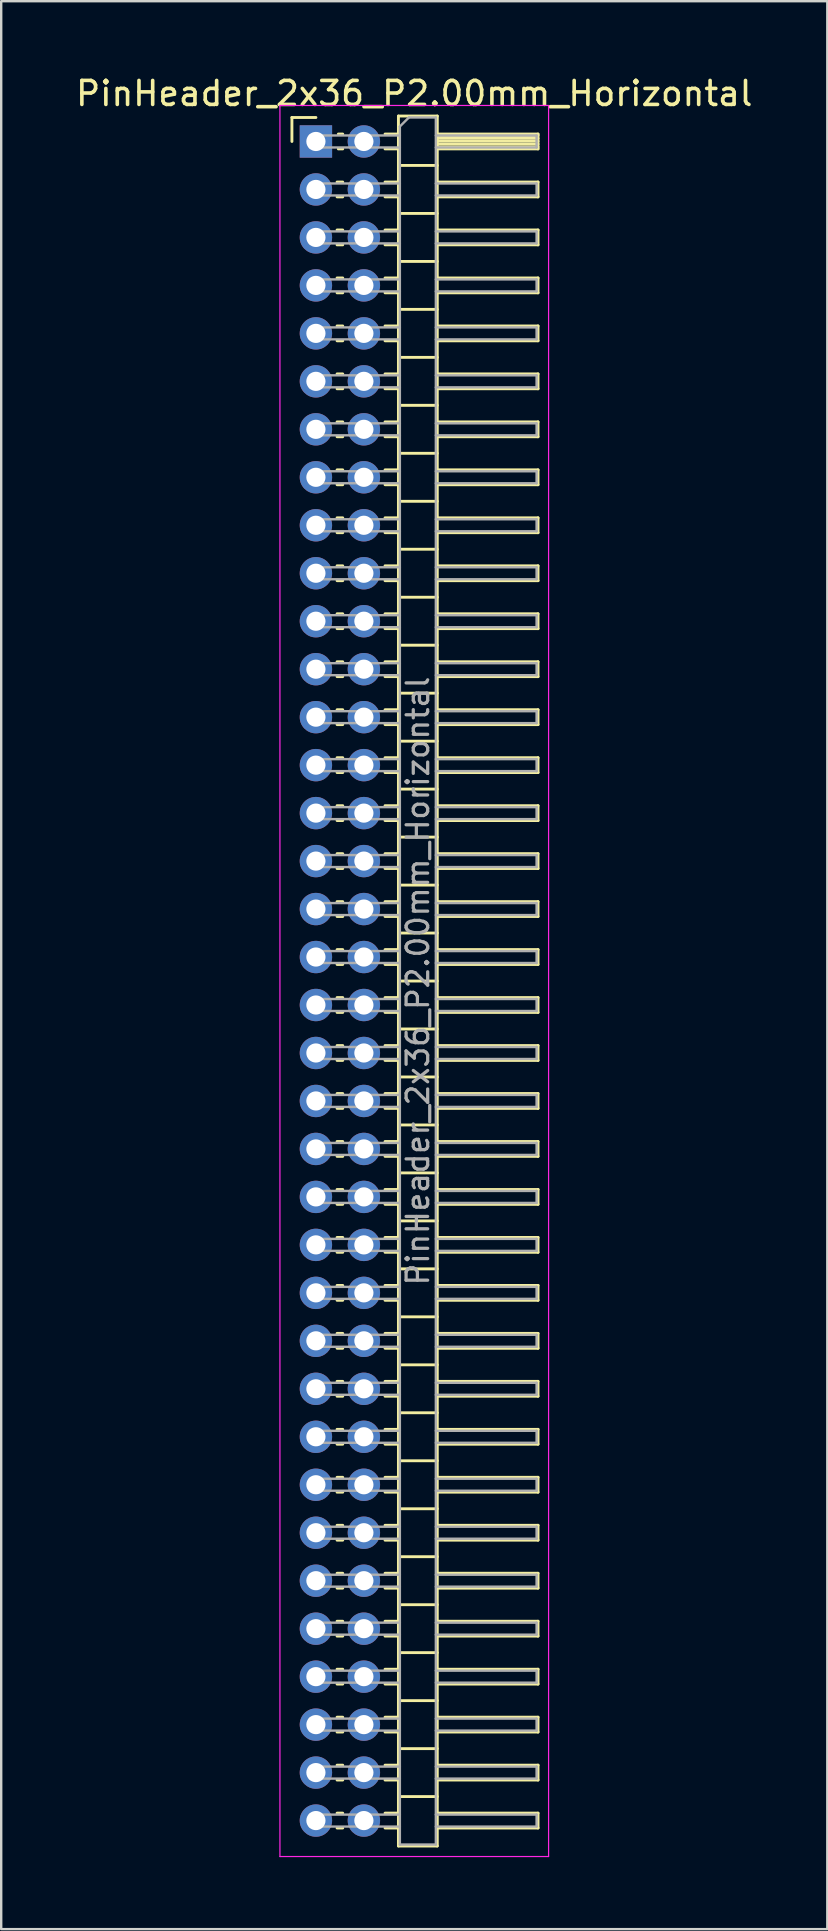
<source format=kicad_pcb>
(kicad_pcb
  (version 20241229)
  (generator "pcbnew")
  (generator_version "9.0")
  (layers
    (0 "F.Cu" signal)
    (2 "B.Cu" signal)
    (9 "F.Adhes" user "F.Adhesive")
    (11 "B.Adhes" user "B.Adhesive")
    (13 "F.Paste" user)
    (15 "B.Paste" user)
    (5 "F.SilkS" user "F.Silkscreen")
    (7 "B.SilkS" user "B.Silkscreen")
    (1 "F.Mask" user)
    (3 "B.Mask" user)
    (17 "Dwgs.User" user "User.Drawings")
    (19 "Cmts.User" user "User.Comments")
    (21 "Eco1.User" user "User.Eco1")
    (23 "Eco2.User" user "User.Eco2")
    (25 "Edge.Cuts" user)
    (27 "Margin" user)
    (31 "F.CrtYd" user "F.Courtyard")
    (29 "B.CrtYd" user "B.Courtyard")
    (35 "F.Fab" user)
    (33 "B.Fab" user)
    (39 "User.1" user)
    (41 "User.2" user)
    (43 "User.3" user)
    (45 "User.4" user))
  (footprint "PinHeader_2x36_P2.00mm_Horizontal"
    (layer "F.Cu")
    (at 10.12 2.848)
    (property "Reference" "PinHeader_2x36_P2.00mm_Horizontal" (at 4.1 -2 0) (layer "F.SilkS") (effects (font (size 1 1) (thickness 0.15))))
    (attr through_hole)
    (fp_line (start -1 -1) (end 0 -1) (stroke (width 0.12) (type solid)) (layer "F.SilkS"))
    (fp_line (start -1 0) (end -1 -1) (stroke (width 0.12) (type solid)) (layer "F.SilkS"))
    (fp_line (start 0.882 1.69) (end 1.118 1.69) (stroke (width 0.12) (type solid)) (layer "F.SilkS"))
    (fp_line (start 0.882 2.31) (end 1.118 2.31) (stroke (width 0.12) (type solid)) (layer "F.SilkS"))
    (fp_line (start 0.882 3.69) (end 1.118 3.69) (stroke (width 0.12) (type solid)) (layer "F.SilkS"))
    (fp_line (start 0.882 4.31) (end 1.118 4.31) (stroke (width 0.12) (type solid)) (layer "F.SilkS"))
    (fp_line (start 0.882 5.69) (end 1.118 5.69) (stroke (width 0.12) (type solid)) (layer "F.SilkS"))
    (fp_line (start 0.882 6.31) (end 1.118 6.31) (stroke (width 0.12) (type solid)) (layer "F.SilkS"))
    (fp_line (start 0.882 7.69) (end 1.118 7.69) (stroke (width 0.12) (type solid)) (layer "F.SilkS"))
    (fp_line (start 0.882 8.31) (end 1.118 8.31) (stroke (width 0.12) (type solid)) (layer "F.SilkS"))
    (fp_line (start 0.882 9.69) (end 1.118 9.69) (stroke (width 0.12) (type solid)) (layer "F.SilkS"))
    (fp_line (start 0.882 10.31) (end 1.118 10.31) (stroke (width 0.12) (type solid)) (layer "F.SilkS"))
    (fp_line (start 0.882 11.69) (end 1.118 11.69) (stroke (width 0.12) (type solid)) (layer "F.SilkS"))
    (fp_line (start 0.882 12.31) (end 1.118 12.31) (stroke (width 0.12) (type solid)) (layer "F.SilkS"))
    (fp_line (start 0.882 13.69) (end 1.118 13.69) (stroke (width 0.12) (type solid)) (layer "F.SilkS"))
    (fp_line (start 0.882 14.31) (end 1.118 14.31) (stroke (width 0.12) (type solid)) (layer "F.SilkS"))
    (fp_line (start 0.882 15.69) (end 1.118 15.69) (stroke (width 0.12) (type solid)) (layer "F.SilkS"))
    (fp_line (start 0.882 16.31) (end 1.118 16.31) (stroke (width 0.12) (type solid)) (layer "F.SilkS"))
    (fp_line (start 0.882 17.69) (end 1.118 17.69) (stroke (width 0.12) (type solid)) (layer "F.SilkS"))
    (fp_line (start 0.882 18.31) (end 1.118 18.31) (stroke (width 0.12) (type solid)) (layer "F.SilkS"))
    (fp_line (start 0.882 19.69) (end 1.118 19.69) (stroke (width 0.12) (type solid)) (layer "F.SilkS"))
    (fp_line (start 0.882 20.31) (end 1.118 20.31) (stroke (width 0.12) (type solid)) (layer "F.SilkS"))
    (fp_line (start 0.882 21.69) (end 1.118 21.69) (stroke (width 0.12) (type solid)) (layer "F.SilkS"))
    (fp_line (start 0.882 22.31) (end 1.118 22.31) (stroke (width 0.12) (type solid)) (layer "F.SilkS"))
    (fp_line (start 0.882 23.69) (end 1.118 23.69) (stroke (width 0.12) (type solid)) (layer "F.SilkS"))
    (fp_line (start 0.882 24.31) (end 1.118 24.31) (stroke (width 0.12) (type solid)) (layer "F.SilkS"))
    (fp_line (start 0.882 25.69) (end 1.118 25.69) (stroke (width 0.12) (type solid)) (layer "F.SilkS"))
    (fp_line (start 0.882 26.31) (end 1.118 26.31) (stroke (width 0.12) (type solid)) (layer "F.SilkS"))
    (fp_line (start 0.882 27.69) (end 1.118 27.69) (stroke (width 0.12) (type solid)) (layer "F.SilkS"))
    (fp_line (start 0.882 28.31) (end 1.118 28.31) (stroke (width 0.12) (type solid)) (layer "F.SilkS"))
    (fp_line (start 0.882 29.69) (end 1.118 29.69) (stroke (width 0.12) (type solid)) (layer "F.SilkS"))
    (fp_line (start 0.882 30.31) (end 1.118 30.31) (stroke (width 0.12) (type solid)) (layer "F.SilkS"))
    (fp_line (start 0.882 31.69) (end 1.118 31.69) (stroke (width 0.12) (type solid)) (layer "F.SilkS"))
    (fp_line (start 0.882 32.31) (end 1.118 32.31) (stroke (width 0.12) (type solid)) (layer "F.SilkS"))
    (fp_line (start 0.882 33.69) (end 1.118 33.69) (stroke (width 0.12) (type solid)) (layer "F.SilkS"))
    (fp_line (start 0.882 34.31) (end 1.118 34.31) (stroke (width 0.12) (type solid)) (layer "F.SilkS"))
    (fp_line (start 0.882 35.69) (end 1.118 35.69) (stroke (width 0.12) (type solid)) (layer "F.SilkS"))
    (fp_line (start 0.882 36.31) (end 1.118 36.31) (stroke (width 0.12) (type solid)) (layer "F.SilkS"))
    (fp_line (start 0.882 37.69) (end 1.118 37.69) (stroke (width 0.12) (type solid)) (layer "F.SilkS"))
    (fp_line (start 0.882 38.31) (end 1.118 38.31) (stroke (width 0.12) (type solid)) (layer "F.SilkS"))
    (fp_line (start 0.882 39.69) (end 1.118 39.69) (stroke (width 0.12) (type solid)) (layer "F.SilkS"))
    (fp_line (start 0.882 40.31) (end 1.118 40.31) (stroke (width 0.12) (type solid)) (layer "F.SilkS"))
    (fp_line (start 0.882 41.69) (end 1.118 41.69) (stroke (width 0.12) (type solid)) (layer "F.SilkS"))
    (fp_line (start 0.882 42.31) (end 1.118 42.31) (stroke (width 0.12) (type solid)) (layer "F.SilkS"))
    (fp_line (start 0.882 43.69) (end 1.118 43.69) (stroke (width 0.12) (type solid)) (layer "F.SilkS"))
    (fp_line (start 0.882 44.31) (end 1.118 44.31) (stroke (width 0.12) (type solid)) (layer "F.SilkS"))
    (fp_line (start 0.882 45.69) (end 1.118 45.69) (stroke (width 0.12) (type solid)) (layer "F.SilkS"))
    (fp_line (start 0.882 46.31) (end 1.118 46.31) (stroke (width 0.12) (type solid)) (layer "F.SilkS"))
    (fp_line (start 0.882 47.69) (end 1.118 47.69) (stroke (width 0.12) (type solid)) (layer "F.SilkS"))
    (fp_line (start 0.882 48.31) (end 1.118 48.31) (stroke (width 0.12) (type solid)) (layer "F.SilkS"))
    (fp_line (start 0.882 49.69) (end 1.118 49.69) (stroke (width 0.12) (type solid)) (layer "F.SilkS"))
    (fp_line (start 0.882 50.31) (end 1.118 50.31) (stroke (width 0.12) (type solid)) (layer "F.SilkS"))
    (fp_line (start 0.882 51.69) (end 1.118 51.69) (stroke (width 0.12) (type solid)) (layer "F.SilkS"))
    (fp_line (start 0.882 52.31) (end 1.118 52.31) (stroke (width 0.12) (type solid)) (layer "F.SilkS"))
    (fp_line (start 0.882 53.69) (end 1.118 53.69) (stroke (width 0.12) (type solid)) (layer "F.SilkS"))
    (fp_line (start 0.882 54.31) (end 1.118 54.31) (stroke (width 0.12) (type solid)) (layer "F.SilkS"))
    (fp_line (start 0.882 55.69) (end 1.118 55.69) (stroke (width 0.12) (type solid)) (layer "F.SilkS"))
    (fp_line (start 0.882 56.31) (end 1.118 56.31) (stroke (width 0.12) (type solid)) (layer "F.SilkS"))
    (fp_line (start 0.882 57.69) (end 1.118 57.69) (stroke (width 0.12) (type solid)) (layer "F.SilkS"))
    (fp_line (start 0.882 58.31) (end 1.118 58.31) (stroke (width 0.12) (type solid)) (layer "F.SilkS"))
    (fp_line (start 0.882 59.69) (end 1.118 59.69) (stroke (width 0.12) (type solid)) (layer "F.SilkS"))
    (fp_line (start 0.882 60.31) (end 1.118 60.31) (stroke (width 0.12) (type solid)) (layer "F.SilkS"))
    (fp_line (start 0.882 61.69) (end 1.118 61.69) (stroke (width 0.12) (type solid)) (layer "F.SilkS"))
    (fp_line (start 0.882 62.31) (end 1.118 62.31) (stroke (width 0.12) (type solid)) (layer "F.SilkS"))
    (fp_line (start 0.882 63.69) (end 1.118 63.69) (stroke (width 0.12) (type solid)) (layer "F.SilkS"))
    (fp_line (start 0.882 64.31) (end 1.118 64.31) (stroke (width 0.12) (type solid)) (layer "F.SilkS"))
    (fp_line (start 0.882 65.69) (end 1.118 65.69) (stroke (width 0.12) (type solid)) (layer "F.SilkS"))
    (fp_line (start 0.882 66.31) (end 1.118 66.31) (stroke (width 0.12) (type solid)) (layer "F.SilkS"))
    (fp_line (start 0.882 67.69) (end 1.118 67.69) (stroke (width 0.12) (type solid)) (layer "F.SilkS"))
    (fp_line (start 0.882 68.31) (end 1.118 68.31) (stroke (width 0.12) (type solid)) (layer "F.SilkS"))
    (fp_line (start 0.882 69.69) (end 1.118 69.69) (stroke (width 0.12) (type solid)) (layer "F.SilkS"))
    (fp_line (start 0.882 70.31) (end 1.118 70.31) (stroke (width 0.12) (type solid)) (layer "F.SilkS"))
    (fp_line (start 0.935 -0.31) (end 1.118 -0.31) (stroke (width 0.12) (type solid)) (layer "F.SilkS"))
    (fp_line (start 0.935 0.31) (end 1.118 0.31) (stroke (width 0.12) (type solid)) (layer "F.SilkS"))
    (fp_line (start 2.882 -0.31) (end 3.44 -0.31) (stroke (width 0.12) (type solid)) (layer "F.SilkS"))
    (fp_line (start 2.882 0.31) (end 3.44 0.31) (stroke (width 0.12) (type solid)) (layer "F.SilkS"))
    (fp_line (start 2.882 1.69) (end 3.44 1.69) (stroke (width 0.12) (type solid)) (layer "F.SilkS"))
    (fp_line (start 2.882 2.31) (end 3.44 2.31) (stroke (width 0.12) (type solid)) (layer "F.SilkS"))
    (fp_line (start 2.882 3.69) (end 3.44 3.69) (stroke (width 0.12) (type solid)) (layer "F.SilkS"))
    (fp_line (start 2.882 4.31) (end 3.44 4.31) (stroke (width 0.12) (type solid)) (layer "F.SilkS"))
    (fp_line (start 2.882 5.69) (end 3.44 5.69) (stroke (width 0.12) (type solid)) (layer "F.SilkS"))
    (fp_line (start 2.882 6.31) (end 3.44 6.31) (stroke (width 0.12) (type solid)) (layer "F.SilkS"))
    (fp_line (start 2.882 7.69) (end 3.44 7.69) (stroke (width 0.12) (type solid)) (layer "F.SilkS"))
    (fp_line (start 2.882 8.31) (end 3.44 8.31) (stroke (width 0.12) (type solid)) (layer "F.SilkS"))
    (fp_line (start 2.882 9.69) (end 3.44 9.69) (stroke (width 0.12) (type solid)) (layer "F.SilkS"))
    (fp_line (start 2.882 10.31) (end 3.44 10.31) (stroke (width 0.12) (type solid)) (layer "F.SilkS"))
    (fp_line (start 2.882 11.69) (end 3.44 11.69) (stroke (width 0.12) (type solid)) (layer "F.SilkS"))
    (fp_line (start 2.882 12.31) (end 3.44 12.31) (stroke (width 0.12) (type solid)) (layer "F.SilkS"))
    (fp_line (start 2.882 13.69) (end 3.44 13.69) (stroke (width 0.12) (type solid)) (layer "F.SilkS"))
    (fp_line (start 2.882 14.31) (end 3.44 14.31) (stroke (width 0.12) (type solid)) (layer "F.SilkS"))
    (fp_line (start 2.882 15.69) (end 3.44 15.69) (stroke (width 0.12) (type solid)) (layer "F.SilkS"))
    (fp_line (start 2.882 16.31) (end 3.44 16.31) (stroke (width 0.12) (type solid)) (layer "F.SilkS"))
    (fp_line (start 2.882 17.69) (end 3.44 17.69) (stroke (width 0.12) (type solid)) (layer "F.SilkS"))
    (fp_line (start 2.882 18.31) (end 3.44 18.31) (stroke (width 0.12) (type solid)) (layer "F.SilkS"))
    (fp_line (start 2.882 19.69) (end 3.44 19.69) (stroke (width 0.12) (type solid)) (layer "F.SilkS"))
    (fp_line (start 2.882 20.31) (end 3.44 20.31) (stroke (width 0.12) (type solid)) (layer "F.SilkS"))
    (fp_line (start 2.882 21.69) (end 3.44 21.69) (stroke (width 0.12) (type solid)) (layer "F.SilkS"))
    (fp_line (start 2.882 22.31) (end 3.44 22.31) (stroke (width 0.12) (type solid)) (layer "F.SilkS"))
    (fp_line (start 2.882 23.69) (end 3.44 23.69) (stroke (width 0.12) (type solid)) (layer "F.SilkS"))
    (fp_line (start 2.882 24.31) (end 3.44 24.31) (stroke (width 0.12) (type solid)) (layer "F.SilkS"))
    (fp_line (start 2.882 25.69) (end 3.44 25.69) (stroke (width 0.12) (type solid)) (layer "F.SilkS"))
    (fp_line (start 2.882 26.31) (end 3.44 26.31) (stroke (width 0.12) (type solid)) (layer "F.SilkS"))
    (fp_line (start 2.882 27.69) (end 3.44 27.69) (stroke (width 0.12) (type solid)) (layer "F.SilkS"))
    (fp_line (start 2.882 28.31) (end 3.44 28.31) (stroke (width 0.12) (type solid)) (layer "F.SilkS"))
    (fp_line (start 2.882 29.69) (end 3.44 29.69) (stroke (width 0.12) (type solid)) (layer "F.SilkS"))
    (fp_line (start 2.882 30.31) (end 3.44 30.31) (stroke (width 0.12) (type solid)) (layer "F.SilkS"))
    (fp_line (start 2.882 31.69) (end 3.44 31.69) (stroke (width 0.12) (type solid)) (layer "F.SilkS"))
    (fp_line (start 2.882 32.31) (end 3.44 32.31) (stroke (width 0.12) (type solid)) (layer "F.SilkS"))
    (fp_line (start 2.882 33.69) (end 3.44 33.69) (stroke (width 0.12) (type solid)) (layer "F.SilkS"))
    (fp_line (start 2.882 34.31) (end 3.44 34.31) (stroke (width 0.12) (type solid)) (layer "F.SilkS"))
    (fp_line (start 2.882 35.69) (end 3.44 35.69) (stroke (width 0.12) (type solid)) (layer "F.SilkS"))
    (fp_line (start 2.882 36.31) (end 3.44 36.31) (stroke (width 0.12) (type solid)) (layer "F.SilkS"))
    (fp_line (start 2.882 37.69) (end 3.44 37.69) (stroke (width 0.12) (type solid)) (layer "F.SilkS"))
    (fp_line (start 2.882 38.31) (end 3.44 38.31) (stroke (width 0.12) (type solid)) (layer "F.SilkS"))
    (fp_line (start 2.882 39.69) (end 3.44 39.69) (stroke (width 0.12) (type solid)) (layer "F.SilkS"))
    (fp_line (start 2.882 40.31) (end 3.44 40.31) (stroke (width 0.12) (type solid)) (layer "F.SilkS"))
    (fp_line (start 2.882 41.69) (end 3.44 41.69) (stroke (width 0.12) (type solid)) (layer "F.SilkS"))
    (fp_line (start 2.882 42.31) (end 3.44 42.31) (stroke (width 0.12) (type solid)) (layer "F.SilkS"))
    (fp_line (start 2.882 43.69) (end 3.44 43.69) (stroke (width 0.12) (type solid)) (layer "F.SilkS"))
    (fp_line (start 2.882 44.31) (end 3.44 44.31) (stroke (width 0.12) (type solid)) (layer "F.SilkS"))
    (fp_line (start 2.882 45.69) (end 3.44 45.69) (stroke (width 0.12) (type solid)) (layer "F.SilkS"))
    (fp_line (start 2.882 46.31) (end 3.44 46.31) (stroke (width 0.12) (type solid)) (layer "F.SilkS"))
    (fp_line (start 2.882 47.69) (end 3.44 47.69) (stroke (width 0.12) (type solid)) (layer "F.SilkS"))
    (fp_line (start 2.882 48.31) (end 3.44 48.31) (stroke (width 0.12) (type solid)) (layer "F.SilkS"))
    (fp_line (start 2.882 49.69) (end 3.44 49.69) (stroke (width 0.12) (type solid)) (layer "F.SilkS"))
    (fp_line (start 2.882 50.31) (end 3.44 50.31) (stroke (width 0.12) (type solid)) (layer "F.SilkS"))
    (fp_line (start 2.882 51.69) (end 3.44 51.69) (stroke (width 0.12) (type solid)) (layer "F.SilkS"))
    (fp_line (start 2.882 52.31) (end 3.44 52.31) (stroke (width 0.12) (type solid)) (layer "F.SilkS"))
    (fp_line (start 2.882 53.69) (end 3.44 53.69) (stroke (width 0.12) (type solid)) (layer "F.SilkS"))
    (fp_line (start 2.882 54.31) (end 3.44 54.31) (stroke (width 0.12) (type solid)) (layer "F.SilkS"))
    (fp_line (start 2.882 55.69) (end 3.44 55.69) (stroke (width 0.12) (type solid)) (layer "F.SilkS"))
    (fp_line (start 2.882 56.31) (end 3.44 56.31) (stroke (width 0.12) (type solid)) (layer "F.SilkS"))
    (fp_line (start 2.882 57.69) (end 3.44 57.69) (stroke (width 0.12) (type solid)) (layer "F.SilkS"))
    (fp_line (start 2.882 58.31) (end 3.44 58.31) (stroke (width 0.12) (type solid)) (layer "F.SilkS"))
    (fp_line (start 2.882 59.69) (end 3.44 59.69) (stroke (width 0.12) (type solid)) (layer "F.SilkS"))
    (fp_line (start 2.882 60.31) (end 3.44 60.31) (stroke (width 0.12) (type solid)) (layer "F.SilkS"))
    (fp_line (start 2.882 61.69) (end 3.44 61.69) (stroke (width 0.12) (type solid)) (layer "F.SilkS"))
    (fp_line (start 2.882 62.31) (end 3.44 62.31) (stroke (width 0.12) (type solid)) (layer "F.SilkS"))
    (fp_line (start 2.882 63.69) (end 3.44 63.69) (stroke (width 0.12) (type solid)) (layer "F.SilkS"))
    (fp_line (start 2.882 64.31) (end 3.44 64.31) (stroke (width 0.12) (type solid)) (layer "F.SilkS"))
    (fp_line (start 2.882 65.69) (end 3.44 65.69) (stroke (width 0.12) (type solid)) (layer "F.SilkS"))
    (fp_line (start 2.882 66.31) (end 3.44 66.31) (stroke (width 0.12) (type solid)) (layer "F.SilkS"))
    (fp_line (start 2.882 67.69) (end 3.44 67.69) (stroke (width 0.12) (type solid)) (layer "F.SilkS"))
    (fp_line (start 2.882 68.31) (end 3.44 68.31) (stroke (width 0.12) (type solid)) (layer "F.SilkS"))
    (fp_line (start 2.882 69.69) (end 3.44 69.69) (stroke (width 0.12) (type solid)) (layer "F.SilkS"))
    (fp_line (start 2.882 70.31) (end 3.44 70.31) (stroke (width 0.12) (type solid)) (layer "F.SilkS"))
    (fp_line (start 3.44 -1.06) (end 3.44 71.06) (stroke (width 0.12) (type solid)) (layer "F.SilkS"))
    (fp_line (start 3.44 1) (end 5.06 1) (stroke (width 0.12) (type solid)) (layer "F.SilkS"))
    (fp_line (start 3.44 3) (end 5.06 3) (stroke (width 0.12) (type solid)) (layer "F.SilkS"))
    (fp_line (start 3.44 5) (end 5.06 5) (stroke (width 0.12) (type solid)) (layer "F.SilkS"))
    (fp_line (start 3.44 7) (end 5.06 7) (stroke (width 0.12) (type solid)) (layer "F.SilkS"))
    (fp_line (start 3.44 9) (end 5.06 9) (stroke (width 0.12) (type solid)) (layer "F.SilkS"))
    (fp_line (start 3.44 11) (end 5.06 11) (stroke (width 0.12) (type solid)) (layer "F.SilkS"))
    (fp_line (start 3.44 13) (end 5.06 13) (stroke (width 0.12) (type solid)) (layer "F.SilkS"))
    (fp_line (start 3.44 15) (end 5.06 15) (stroke (width 0.12) (type solid)) (layer "F.SilkS"))
    (fp_line (start 3.44 17) (end 5.06 17) (stroke (width 0.12) (type solid)) (layer "F.SilkS"))
    (fp_line (start 3.44 19) (end 5.06 19) (stroke (width 0.12) (type solid)) (layer "F.SilkS"))
    (fp_line (start 3.44 21) (end 5.06 21) (stroke (width 0.12) (type solid)) (layer "F.SilkS"))
    (fp_line (start 3.44 23) (end 5.06 23) (stroke (width 0.12) (type solid)) (layer "F.SilkS"))
    (fp_line (start 3.44 25) (end 5.06 25) (stroke (width 0.12) (type solid)) (layer "F.SilkS"))
    (fp_line (start 3.44 27) (end 5.06 27) (stroke (width 0.12) (type solid)) (layer "F.SilkS"))
    (fp_line (start 3.44 29) (end 5.06 29) (stroke (width 0.12) (type solid)) (layer "F.SilkS"))
    (fp_line (start 3.44 31) (end 5.06 31) (stroke (width 0.12) (type solid)) (layer "F.SilkS"))
    (fp_line (start 3.44 33) (end 5.06 33) (stroke (width 0.12) (type solid)) (layer "F.SilkS"))
    (fp_line (start 3.44 35) (end 5.06 35) (stroke (width 0.12) (type solid)) (layer "F.SilkS"))
    (fp_line (start 3.44 37) (end 5.06 37) (stroke (width 0.12) (type solid)) (layer "F.SilkS"))
    (fp_line (start 3.44 39) (end 5.06 39) (stroke (width 0.12) (type solid)) (layer "F.SilkS"))
    (fp_line (start 3.44 41) (end 5.06 41) (stroke (width 0.12) (type solid)) (layer "F.SilkS"))
    (fp_line (start 3.44 43) (end 5.06 43) (stroke (width 0.12) (type solid)) (layer "F.SilkS"))
    (fp_line (start 3.44 45) (end 5.06 45) (stroke (width 0.12) (type solid)) (layer "F.SilkS"))
    (fp_line (start 3.44 47) (end 5.06 47) (stroke (width 0.12) (type solid)) (layer "F.SilkS"))
    (fp_line (start 3.44 49) (end 5.06 49) (stroke (width 0.12) (type solid)) (layer "F.SilkS"))
    (fp_line (start 3.44 51) (end 5.06 51) (stroke (width 0.12) (type solid)) (layer "F.SilkS"))
    (fp_line (start 3.44 53) (end 5.06 53) (stroke (width 0.12) (type solid)) (layer "F.SilkS"))
    (fp_line (start 3.44 55) (end 5.06 55) (stroke (width 0.12) (type solid)) (layer "F.SilkS"))
    (fp_line (start 3.44 57) (end 5.06 57) (stroke (width 0.12) (type solid)) (layer "F.SilkS"))
    (fp_line (start 3.44 59) (end 5.06 59) (stroke (width 0.12) (type solid)) (layer "F.SilkS"))
    (fp_line (start 3.44 61) (end 5.06 61) (stroke (width 0.12) (type solid)) (layer "F.SilkS"))
    (fp_line (start 3.44 63) (end 5.06 63) (stroke (width 0.12) (type solid)) (layer "F.SilkS"))
    (fp_line (start 3.44 65) (end 5.06 65) (stroke (width 0.12) (type solid)) (layer "F.SilkS"))
    (fp_line (start 3.44 67) (end 5.06 67) (stroke (width 0.12) (type solid)) (layer "F.SilkS"))
    (fp_line (start 3.44 69) (end 5.06 69) (stroke (width 0.12) (type solid)) (layer "F.SilkS"))
    (fp_line (start 3.44 71.06) (end 5.06 71.06) (stroke (width 0.12) (type solid)) (layer "F.SilkS"))
    (fp_line (start 5.06 -1.06) (end 3.44 -1.06) (stroke (width 0.12) (type solid)) (layer "F.SilkS"))
    (fp_line (start 5.06 -0.31) (end 9.26 -0.31) (stroke (width 0.12) (type solid)) (layer "F.SilkS"))
    (fp_line (start 5.06 -0.25) (end 9.26 -0.25) (stroke (width 0.12) (type solid)) (layer "F.SilkS"))
    (fp_line (start 5.06 -0.13) (end 9.26 -0.13) (stroke (width 0.12) (type solid)) (layer "F.SilkS"))
    (fp_line (start 5.06 -0.01) (end 9.26 -0.01) (stroke (width 0.12) (type solid)) (layer "F.SilkS"))
    (fp_line (start 5.06 0.11) (end 9.26 0.11) (stroke (width 0.12) (type solid)) (layer "F.SilkS"))
    (fp_line (start 5.06 0.23) (end 9.26 0.23) (stroke (width 0.12) (type solid)) (layer "F.SilkS"))
    (fp_line (start 5.06 1.69) (end 9.26 1.69) (stroke (width 0.12) (type solid)) (layer "F.SilkS"))
    (fp_line (start 5.06 3.69) (end 9.26 3.69) (stroke (width 0.12) (type solid)) (layer "F.SilkS"))
    (fp_line (start 5.06 5.69) (end 9.26 5.69) (stroke (width 0.12) (type solid)) (layer "F.SilkS"))
    (fp_line (start 5.06 7.69) (end 9.26 7.69) (stroke (width 0.12) (type solid)) (layer "F.SilkS"))
    (fp_line (start 5.06 9.69) (end 9.26 9.69) (stroke (width 0.12) (type solid)) (layer "F.SilkS"))
    (fp_line (start 5.06 11.69) (end 9.26 11.69) (stroke (width 0.12) (type solid)) (layer "F.SilkS"))
    (fp_line (start 5.06 13.69) (end 9.26 13.69) (stroke (width 0.12) (type solid)) (layer "F.SilkS"))
    (fp_line (start 5.06 15.69) (end 9.26 15.69) (stroke (width 0.12) (type solid)) (layer "F.SilkS"))
    (fp_line (start 5.06 17.69) (end 9.26 17.69) (stroke (width 0.12) (type solid)) (layer "F.SilkS"))
    (fp_line (start 5.06 19.69) (end 9.26 19.69) (stroke (width 0.12) (type solid)) (layer "F.SilkS"))
    (fp_line (start 5.06 21.69) (end 9.26 21.69) (stroke (width 0.12) (type solid)) (layer "F.SilkS"))
    (fp_line (start 5.06 23.69) (end 9.26 23.69) (stroke (width 0.12) (type solid)) (layer "F.SilkS"))
    (fp_line (start 5.06 25.69) (end 9.26 25.69) (stroke (width 0.12) (type solid)) (layer "F.SilkS"))
    (fp_line (start 5.06 27.69) (end 9.26 27.69) (stroke (width 0.12) (type solid)) (layer "F.SilkS"))
    (fp_line (start 5.06 29.69) (end 9.26 29.69) (stroke (width 0.12) (type solid)) (layer "F.SilkS"))
    (fp_line (start 5.06 31.69) (end 9.26 31.69) (stroke (width 0.12) (type solid)) (layer "F.SilkS"))
    (fp_line (start 5.06 33.69) (end 9.26 33.69) (stroke (width 0.12) (type solid)) (layer "F.SilkS"))
    (fp_line (start 5.06 35.69) (end 9.26 35.69) (stroke (width 0.12) (type solid)) (layer "F.SilkS"))
    (fp_line (start 5.06 37.69) (end 9.26 37.69) (stroke (width 0.12) (type solid)) (layer "F.SilkS"))
    (fp_line (start 5.06 39.69) (end 9.26 39.69) (stroke (width 0.12) (type solid)) (layer "F.SilkS"))
    (fp_line (start 5.06 41.69) (end 9.26 41.69) (stroke (width 0.12) (type solid)) (layer "F.SilkS"))
    (fp_line (start 5.06 43.69) (end 9.26 43.69) (stroke (width 0.12) (type solid)) (layer "F.SilkS"))
    (fp_line (start 5.06 45.69) (end 9.26 45.69) (stroke (width 0.12) (type solid)) (layer "F.SilkS"))
    (fp_line (start 5.06 47.69) (end 9.26 47.69) (stroke (width 0.12) (type solid)) (layer "F.SilkS"))
    (fp_line (start 5.06 49.69) (end 9.26 49.69) (stroke (width 0.12) (type solid)) (layer "F.SilkS"))
    (fp_line (start 5.06 51.69) (end 9.26 51.69) (stroke (width 0.12) (type solid)) (layer "F.SilkS"))
    (fp_line (start 5.06 53.69) (end 9.26 53.69) (stroke (width 0.12) (type solid)) (layer "F.SilkS"))
    (fp_line (start 5.06 55.69) (end 9.26 55.69) (stroke (width 0.12) (type solid)) (layer "F.SilkS"))
    (fp_line (start 5.06 57.69) (end 9.26 57.69) (stroke (width 0.12) (type solid)) (layer "F.SilkS"))
    (fp_line (start 5.06 59.69) (end 9.26 59.69) (stroke (width 0.12) (type solid)) (layer "F.SilkS"))
    (fp_line (start 5.06 61.69) (end 9.26 61.69) (stroke (width 0.12) (type solid)) (layer "F.SilkS"))
    (fp_line (start 5.06 63.69) (end 9.26 63.69) (stroke (width 0.12) (type solid)) (layer "F.SilkS"))
    (fp_line (start 5.06 65.69) (end 9.26 65.69) (stroke (width 0.12) (type solid)) (layer "F.SilkS"))
    (fp_line (start 5.06 67.69) (end 9.26 67.69) (stroke (width 0.12) (type solid)) (layer "F.SilkS"))
    (fp_line (start 5.06 69.69) (end 9.26 69.69) (stroke (width 0.12) (type solid)) (layer "F.SilkS"))
    (fp_line (start 5.06 71.06) (end 5.06 -1.06) (stroke (width 0.12) (type solid)) (layer "F.SilkS"))
    (fp_line (start 9.26 -0.31) (end 9.26 0.31) (stroke (width 0.12) (type solid)) (layer "F.SilkS"))
    (fp_line (start 9.26 0.31) (end 5.06 0.31) (stroke (width 0.12) (type solid)) (layer "F.SilkS"))
    (fp_line (start 9.26 1.69) (end 9.26 2.31) (stroke (width 0.12) (type solid)) (layer "F.SilkS"))
    (fp_line (start 9.26 2.31) (end 5.06 2.31) (stroke (width 0.12) (type solid)) (layer "F.SilkS"))
    (fp_line (start 9.26 3.69) (end 9.26 4.31) (stroke (width 0.12) (type solid)) (layer "F.SilkS"))
    (fp_line (start 9.26 4.31) (end 5.06 4.31) (stroke (width 0.12) (type solid)) (layer "F.SilkS"))
    (fp_line (start 9.26 5.69) (end 9.26 6.31) (stroke (width 0.12) (type solid)) (layer "F.SilkS"))
    (fp_line (start 9.26 6.31) (end 5.06 6.31) (stroke (width 0.12) (type solid)) (layer "F.SilkS"))
    (fp_line (start 9.26 7.69) (end 9.26 8.31) (stroke (width 0.12) (type solid)) (layer "F.SilkS"))
    (fp_line (start 9.26 8.31) (end 5.06 8.31) (stroke (width 0.12) (type solid)) (layer "F.SilkS"))
    (fp_line (start 9.26 9.69) (end 9.26 10.31) (stroke (width 0.12) (type solid)) (layer "F.SilkS"))
    (fp_line (start 9.26 10.31) (end 5.06 10.31) (stroke (width 0.12) (type solid)) (layer "F.SilkS"))
    (fp_line (start 9.26 11.69) (end 9.26 12.31) (stroke (width 0.12) (type solid)) (layer "F.SilkS"))
    (fp_line (start 9.26 12.31) (end 5.06 12.31) (stroke (width 0.12) (type solid)) (layer "F.SilkS"))
    (fp_line (start 9.26 13.69) (end 9.26 14.31) (stroke (width 0.12) (type solid)) (layer "F.SilkS"))
    (fp_line (start 9.26 14.31) (end 5.06 14.31) (stroke (width 0.12) (type solid)) (layer "F.SilkS"))
    (fp_line (start 9.26 15.69) (end 9.26 16.31) (stroke (width 0.12) (type solid)) (layer "F.SilkS"))
    (fp_line (start 9.26 16.31) (end 5.06 16.31) (stroke (width 0.12) (type solid)) (layer "F.SilkS"))
    (fp_line (start 9.26 17.69) (end 9.26 18.31) (stroke (width 0.12) (type solid)) (layer "F.SilkS"))
    (fp_line (start 9.26 18.31) (end 5.06 18.31) (stroke (width 0.12) (type solid)) (layer "F.SilkS"))
    (fp_line (start 9.26 19.69) (end 9.26 20.31) (stroke (width 0.12) (type solid)) (layer "F.SilkS"))
    (fp_line (start 9.26 20.31) (end 5.06 20.31) (stroke (width 0.12) (type solid)) (layer "F.SilkS"))
    (fp_line (start 9.26 21.69) (end 9.26 22.31) (stroke (width 0.12) (type solid)) (layer "F.SilkS"))
    (fp_line (start 9.26 22.31) (end 5.06 22.31) (stroke (width 0.12) (type solid)) (layer "F.SilkS"))
    (fp_line (start 9.26 23.69) (end 9.26 24.31) (stroke (width 0.12) (type solid)) (layer "F.SilkS"))
    (fp_line (start 9.26 24.31) (end 5.06 24.31) (stroke (width 0.12) (type solid)) (layer "F.SilkS"))
    (fp_line (start 9.26 25.69) (end 9.26 26.31) (stroke (width 0.12) (type solid)) (layer "F.SilkS"))
    (fp_line (start 9.26 26.31) (end 5.06 26.31) (stroke (width 0.12) (type solid)) (layer "F.SilkS"))
    (fp_line (start 9.26 27.69) (end 9.26 28.31) (stroke (width 0.12) (type solid)) (layer "F.SilkS"))
    (fp_line (start 9.26 28.31) (end 5.06 28.31) (stroke (width 0.12) (type solid)) (layer "F.SilkS"))
    (fp_line (start 9.26 29.69) (end 9.26 30.31) (stroke (width 0.12) (type solid)) (layer "F.SilkS"))
    (fp_line (start 9.26 30.31) (end 5.06 30.31) (stroke (width 0.12) (type solid)) (layer "F.SilkS"))
    (fp_line (start 9.26 31.69) (end 9.26 32.31) (stroke (width 0.12) (type solid)) (layer "F.SilkS"))
    (fp_line (start 9.26 32.31) (end 5.06 32.31) (stroke (width 0.12) (type solid)) (layer "F.SilkS"))
    (fp_line (start 9.26 33.69) (end 9.26 34.31) (stroke (width 0.12) (type solid)) (layer "F.SilkS"))
    (fp_line (start 9.26 34.31) (end 5.06 34.31) (stroke (width 0.12) (type solid)) (layer "F.SilkS"))
    (fp_line (start 9.26 35.69) (end 9.26 36.31) (stroke (width 0.12) (type solid)) (layer "F.SilkS"))
    (fp_line (start 9.26 36.31) (end 5.06 36.31) (stroke (width 0.12) (type solid)) (layer "F.SilkS"))
    (fp_line (start 9.26 37.69) (end 9.26 38.31) (stroke (width 0.12) (type solid)) (layer "F.SilkS"))
    (fp_line (start 9.26 38.31) (end 5.06 38.31) (stroke (width 0.12) (type solid)) (layer "F.SilkS"))
    (fp_line (start 9.26 39.69) (end 9.26 40.31) (stroke (width 0.12) (type solid)) (layer "F.SilkS"))
    (fp_line (start 9.26 40.31) (end 5.06 40.31) (stroke (width 0.12) (type solid)) (layer "F.SilkS"))
    (fp_line (start 9.26 41.69) (end 9.26 42.31) (stroke (width 0.12) (type solid)) (layer "F.SilkS"))
    (fp_line (start 9.26 42.31) (end 5.06 42.31) (stroke (width 0.12) (type solid)) (layer "F.SilkS"))
    (fp_line (start 9.26 43.69) (end 9.26 44.31) (stroke (width 0.12) (type solid)) (layer "F.SilkS"))
    (fp_line (start 9.26 44.31) (end 5.06 44.31) (stroke (width 0.12) (type solid)) (layer "F.SilkS"))
    (fp_line (start 9.26 45.69) (end 9.26 46.31) (stroke (width 0.12) (type solid)) (layer "F.SilkS"))
    (fp_line (start 9.26 46.31) (end 5.06 46.31) (stroke (width 0.12) (type solid)) (layer "F.SilkS"))
    (fp_line (start 9.26 47.69) (end 9.26 48.31) (stroke (width 0.12) (type solid)) (layer "F.SilkS"))
    (fp_line (start 9.26 48.31) (end 5.06 48.31) (stroke (width 0.12) (type solid)) (layer "F.SilkS"))
    (fp_line (start 9.26 49.69) (end 9.26 50.31) (stroke (width 0.12) (type solid)) (layer "F.SilkS"))
    (fp_line (start 9.26 50.31) (end 5.06 50.31) (stroke (width 0.12) (type solid)) (layer "F.SilkS"))
    (fp_line (start 9.26 51.69) (end 9.26 52.31) (stroke (width 0.12) (type solid)) (layer "F.SilkS"))
    (fp_line (start 9.26 52.31) (end 5.06 52.31) (stroke (width 0.12) (type solid)) (layer "F.SilkS"))
    (fp_line (start 9.26 53.69) (end 9.26 54.31) (stroke (width 0.12) (type solid)) (layer "F.SilkS"))
    (fp_line (start 9.26 54.31) (end 5.06 54.31) (stroke (width 0.12) (type solid)) (layer "F.SilkS"))
    (fp_line (start 9.26 55.69) (end 9.26 56.31) (stroke (width 0.12) (type solid)) (layer "F.SilkS"))
    (fp_line (start 9.26 56.31) (end 5.06 56.31) (stroke (width 0.12) (type solid)) (layer "F.SilkS"))
    (fp_line (start 9.26 57.69) (end 9.26 58.31) (stroke (width 0.12) (type solid)) (layer "F.SilkS"))
    (fp_line (start 9.26 58.31) (end 5.06 58.31) (stroke (width 0.12) (type solid)) (layer "F.SilkS"))
    (fp_line (start 9.26 59.69) (end 9.26 60.31) (stroke (width 0.12) (type solid)) (layer "F.SilkS"))
    (fp_line (start 9.26 60.31) (end 5.06 60.31) (stroke (width 0.12) (type solid)) (layer "F.SilkS"))
    (fp_line (start 9.26 61.69) (end 9.26 62.31) (stroke (width 0.12) (type solid)) (layer "F.SilkS"))
    (fp_line (start 9.26 62.31) (end 5.06 62.31) (stroke (width 0.12) (type solid)) (layer "F.SilkS"))
    (fp_line (start 9.26 63.69) (end 9.26 64.31) (stroke (width 0.12) (type solid)) (layer "F.SilkS"))
    (fp_line (start 9.26 64.31) (end 5.06 64.31) (stroke (width 0.12) (type solid)) (layer "F.SilkS"))
    (fp_line (start 9.26 65.69) (end 9.26 66.31) (stroke (width 0.12) (type solid)) (layer "F.SilkS"))
    (fp_line (start 9.26 66.31) (end 5.06 66.31) (stroke (width 0.12) (type solid)) (layer "F.SilkS"))
    (fp_line (start 9.26 67.69) (end 9.26 68.31) (stroke (width 0.12) (type solid)) (layer "F.SilkS"))
    (fp_line (start 9.26 68.31) (end 5.06 68.31) (stroke (width 0.12) (type solid)) (layer "F.SilkS"))
    (fp_line (start 9.26 69.69) (end 9.26 70.31) (stroke (width 0.12) (type solid)) (layer "F.SilkS"))
    (fp_line (start 9.26 70.31) (end 5.06 70.31) (stroke (width 0.12) (type solid)) (layer "F.SilkS"))
    (fp_line (start -1.5 -1.5) (end -1.5 71.5) (stroke (width 0.05) (type solid)) (layer "F.CrtYd"))
    (fp_line (start -1.5 71.5) (end 9.7 71.5) (stroke (width 0.05) (type solid)) (layer "F.CrtYd"))
    (fp_line (start 9.7 -1.5) (end -1.5 -1.5) (stroke (width 0.05) (type solid)) (layer "F.CrtYd"))
    (fp_line (start 9.7 71.5) (end 9.7 -1.5) (stroke (width 0.05) (type solid)) (layer "F.CrtYd"))
    (fp_line (start -0.25 -0.25) (end -0.25 0.25) (stroke (width 0.1) (type solid)) (layer "F.Fab"))
    (fp_line (start -0.25 -0.25) (end 3.5 -0.25) (stroke (width 0.1) (type solid)) (layer "F.Fab"))
    (fp_line (start -0.25 0.25) (end 3.5 0.25) (stroke (width 0.1) (type solid)) (layer "F.Fab"))
    (fp_line (start -0.25 1.75) (end -0.25 2.25) (stroke (width 0.1) (type solid)) (layer "F.Fab"))
    (fp_line (start -0.25 1.75) (end 3.5 1.75) (stroke (width 0.1) (type solid)) (layer "F.Fab"))
    (fp_line (start -0.25 2.25) (end 3.5 2.25) (stroke (width 0.1) (type solid)) (layer "F.Fab"))
    (fp_line (start -0.25 3.75) (end -0.25 4.25) (stroke (width 0.1) (type solid)) (layer "F.Fab"))
    (fp_line (start -0.25 3.75) (end 3.5 3.75) (stroke (width 0.1) (type solid)) (layer "F.Fab"))
    (fp_line (start -0.25 4.25) (end 3.5 4.25) (stroke (width 0.1) (type solid)) (layer "F.Fab"))
    (fp_line (start -0.25 5.75) (end -0.25 6.25) (stroke (width 0.1) (type solid)) (layer "F.Fab"))
    (fp_line (start -0.25 5.75) (end 3.5 5.75) (stroke (width 0.1) (type solid)) (layer "F.Fab"))
    (fp_line (start -0.25 6.25) (end 3.5 6.25) (stroke (width 0.1) (type solid)) (layer "F.Fab"))
    (fp_line (start -0.25 7.75) (end -0.25 8.25) (stroke (width 0.1) (type solid)) (layer "F.Fab"))
    (fp_line (start -0.25 7.75) (end 3.5 7.75) (stroke (width 0.1) (type solid)) (layer "F.Fab"))
    (fp_line (start -0.25 8.25) (end 3.5 8.25) (stroke (width 0.1) (type solid)) (layer "F.Fab"))
    (fp_line (start -0.25 9.75) (end -0.25 10.25) (stroke (width 0.1) (type solid)) (layer "F.Fab"))
    (fp_line (start -0.25 9.75) (end 3.5 9.75) (stroke (width 0.1) (type solid)) (layer "F.Fab"))
    (fp_line (start -0.25 10.25) (end 3.5 10.25) (stroke (width 0.1) (type solid)) (layer "F.Fab"))
    (fp_line (start -0.25 11.75) (end -0.25 12.25) (stroke (width 0.1) (type solid)) (layer "F.Fab"))
    (fp_line (start -0.25 11.75) (end 3.5 11.75) (stroke (width 0.1) (type solid)) (layer "F.Fab"))
    (fp_line (start -0.25 12.25) (end 3.5 12.25) (stroke (width 0.1) (type solid)) (layer "F.Fab"))
    (fp_line (start -0.25 13.75) (end -0.25 14.25) (stroke (width 0.1) (type solid)) (layer "F.Fab"))
    (fp_line (start -0.25 13.75) (end 3.5 13.75) (stroke (width 0.1) (type solid)) (layer "F.Fab"))
    (fp_line (start -0.25 14.25) (end 3.5 14.25) (stroke (width 0.1) (type solid)) (layer "F.Fab"))
    (fp_line (start -0.25 15.75) (end -0.25 16.25) (stroke (width 0.1) (type solid)) (layer "F.Fab"))
    (fp_line (start -0.25 15.75) (end 3.5 15.75) (stroke (width 0.1) (type solid)) (layer "F.Fab"))
    (fp_line (start -0.25 16.25) (end 3.5 16.25) (stroke (width 0.1) (type solid)) (layer "F.Fab"))
    (fp_line (start -0.25 17.75) (end -0.25 18.25) (stroke (width 0.1) (type solid)) (layer "F.Fab"))
    (fp_line (start -0.25 17.75) (end 3.5 17.75) (stroke (width 0.1) (type solid)) (layer "F.Fab"))
    (fp_line (start -0.25 18.25) (end 3.5 18.25) (stroke (width 0.1) (type solid)) (layer "F.Fab"))
    (fp_line (start -0.25 19.75) (end -0.25 20.25) (stroke (width 0.1) (type solid)) (layer "F.Fab"))
    (fp_line (start -0.25 19.75) (end 3.5 19.75) (stroke (width 0.1) (type solid)) (layer "F.Fab"))
    (fp_line (start -0.25 20.25) (end 3.5 20.25) (stroke (width 0.1) (type solid)) (layer "F.Fab"))
    (fp_line (start -0.25 21.75) (end -0.25 22.25) (stroke (width 0.1) (type solid)) (layer "F.Fab"))
    (fp_line (start -0.25 21.75) (end 3.5 21.75) (stroke (width 0.1) (type solid)) (layer "F.Fab"))
    (fp_line (start -0.25 22.25) (end 3.5 22.25) (stroke (width 0.1) (type solid)) (layer "F.Fab"))
    (fp_line (start -0.25 23.75) (end -0.25 24.25) (stroke (width 0.1) (type solid)) (layer "F.Fab"))
    (fp_line (start -0.25 23.75) (end 3.5 23.75) (stroke (width 0.1) (type solid)) (layer "F.Fab"))
    (fp_line (start -0.25 24.25) (end 3.5 24.25) (stroke (width 0.1) (type solid)) (layer "F.Fab"))
    (fp_line (start -0.25 25.75) (end -0.25 26.25) (stroke (width 0.1) (type solid)) (layer "F.Fab"))
    (fp_line (start -0.25 25.75) (end 3.5 25.75) (stroke (width 0.1) (type solid)) (layer "F.Fab"))
    (fp_line (start -0.25 26.25) (end 3.5 26.25) (stroke (width 0.1) (type solid)) (layer "F.Fab"))
    (fp_line (start -0.25 27.75) (end -0.25 28.25) (stroke (width 0.1) (type solid)) (layer "F.Fab"))
    (fp_line (start -0.25 27.75) (end 3.5 27.75) (stroke (width 0.1) (type solid)) (layer "F.Fab"))
    (fp_line (start -0.25 28.25) (end 3.5 28.25) (stroke (width 0.1) (type solid)) (layer "F.Fab"))
    (fp_line (start -0.25 29.75) (end -0.25 30.25) (stroke (width 0.1) (type solid)) (layer "F.Fab"))
    (fp_line (start -0.25 29.75) (end 3.5 29.75) (stroke (width 0.1) (type solid)) (layer "F.Fab"))
    (fp_line (start -0.25 30.25) (end 3.5 30.25) (stroke (width 0.1) (type solid)) (layer "F.Fab"))
    (fp_line (start -0.25 31.75) (end -0.25 32.25) (stroke (width 0.1) (type solid)) (layer "F.Fab"))
    (fp_line (start -0.25 31.75) (end 3.5 31.75) (stroke (width 0.1) (type solid)) (layer "F.Fab"))
    (fp_line (start -0.25 32.25) (end 3.5 32.25) (stroke (width 0.1) (type solid)) (layer "F.Fab"))
    (fp_line (start -0.25 33.75) (end -0.25 34.25) (stroke (width 0.1) (type solid)) (layer "F.Fab"))
    (fp_line (start -0.25 33.75) (end 3.5 33.75) (stroke (width 0.1) (type solid)) (layer "F.Fab"))
    (fp_line (start -0.25 34.25) (end 3.5 34.25) (stroke (width 0.1) (type solid)) (layer "F.Fab"))
    (fp_line (start -0.25 35.75) (end -0.25 36.25) (stroke (width 0.1) (type solid)) (layer "F.Fab"))
    (fp_line (start -0.25 35.75) (end 3.5 35.75) (stroke (width 0.1) (type solid)) (layer "F.Fab"))
    (fp_line (start -0.25 36.25) (end 3.5 36.25) (stroke (width 0.1) (type solid)) (layer "F.Fab"))
    (fp_line (start -0.25 37.75) (end -0.25 38.25) (stroke (width 0.1) (type solid)) (layer "F.Fab"))
    (fp_line (start -0.25 37.75) (end 3.5 37.75) (stroke (width 0.1) (type solid)) (layer "F.Fab"))
    (fp_line (start -0.25 38.25) (end 3.5 38.25) (stroke (width 0.1) (type solid)) (layer "F.Fab"))
    (fp_line (start -0.25 39.75) (end -0.25 40.25) (stroke (width 0.1) (type solid)) (layer "F.Fab"))
    (fp_line (start -0.25 39.75) (end 3.5 39.75) (stroke (width 0.1) (type solid)) (layer "F.Fab"))
    (fp_line (start -0.25 40.25) (end 3.5 40.25) (stroke (width 0.1) (type solid)) (layer "F.Fab"))
    (fp_line (start -0.25 41.75) (end -0.25 42.25) (stroke (width 0.1) (type solid)) (layer "F.Fab"))
    (fp_line (start -0.25 41.75) (end 3.5 41.75) (stroke (width 0.1) (type solid)) (layer "F.Fab"))
    (fp_line (start -0.25 42.25) (end 3.5 42.25) (stroke (width 0.1) (type solid)) (layer "F.Fab"))
    (fp_line (start -0.25 43.75) (end -0.25 44.25) (stroke (width 0.1) (type solid)) (layer "F.Fab"))
    (fp_line (start -0.25 43.75) (end 3.5 43.75) (stroke (width 0.1) (type solid)) (layer "F.Fab"))
    (fp_line (start -0.25 44.25) (end 3.5 44.25) (stroke (width 0.1) (type solid)) (layer "F.Fab"))
    (fp_line (start -0.25 45.75) (end -0.25 46.25) (stroke (width 0.1) (type solid)) (layer "F.Fab"))
    (fp_line (start -0.25 45.75) (end 3.5 45.75) (stroke (width 0.1) (type solid)) (layer "F.Fab"))
    (fp_line (start -0.25 46.25) (end 3.5 46.25) (stroke (width 0.1) (type solid)) (layer "F.Fab"))
    (fp_line (start -0.25 47.75) (end -0.25 48.25) (stroke (width 0.1) (type solid)) (layer "F.Fab"))
    (fp_line (start -0.25 47.75) (end 3.5 47.75) (stroke (width 0.1) (type solid)) (layer "F.Fab"))
    (fp_line (start -0.25 48.25) (end 3.5 48.25) (stroke (width 0.1) (type solid)) (layer "F.Fab"))
    (fp_line (start -0.25 49.75) (end -0.25 50.25) (stroke (width 0.1) (type solid)) (layer "F.Fab"))
    (fp_line (start -0.25 49.75) (end 3.5 49.75) (stroke (width 0.1) (type solid)) (layer "F.Fab"))
    (fp_line (start -0.25 50.25) (end 3.5 50.25) (stroke (width 0.1) (type solid)) (layer "F.Fab"))
    (fp_line (start -0.25 51.75) (end -0.25 52.25) (stroke (width 0.1) (type solid)) (layer "F.Fab"))
    (fp_line (start -0.25 51.75) (end 3.5 51.75) (stroke (width 0.1) (type solid)) (layer "F.Fab"))
    (fp_line (start -0.25 52.25) (end 3.5 52.25) (stroke (width 0.1) (type solid)) (layer "F.Fab"))
    (fp_line (start -0.25 53.75) (end -0.25 54.25) (stroke (width 0.1) (type solid)) (layer "F.Fab"))
    (fp_line (start -0.25 53.75) (end 3.5 53.75) (stroke (width 0.1) (type solid)) (layer "F.Fab"))
    (fp_line (start -0.25 54.25) (end 3.5 54.25) (stroke (width 0.1) (type solid)) (layer "F.Fab"))
    (fp_line (start -0.25 55.75) (end -0.25 56.25) (stroke (width 0.1) (type solid)) (layer "F.Fab"))
    (fp_line (start -0.25 55.75) (end 3.5 55.75) (stroke (width 0.1) (type solid)) (layer "F.Fab"))
    (fp_line (start -0.25 56.25) (end 3.5 56.25) (stroke (width 0.1) (type solid)) (layer "F.Fab"))
    (fp_line (start -0.25 57.75) (end -0.25 58.25) (stroke (width 0.1) (type solid)) (layer "F.Fab"))
    (fp_line (start -0.25 57.75) (end 3.5 57.75) (stroke (width 0.1) (type solid)) (layer "F.Fab"))
    (fp_line (start -0.25 58.25) (end 3.5 58.25) (stroke (width 0.1) (type solid)) (layer "F.Fab"))
    (fp_line (start -0.25 59.75) (end -0.25 60.25) (stroke (width 0.1) (type solid)) (layer "F.Fab"))
    (fp_line (start -0.25 59.75) (end 3.5 59.75) (stroke (width 0.1) (type solid)) (layer "F.Fab"))
    (fp_line (start -0.25 60.25) (end 3.5 60.25) (stroke (width 0.1) (type solid)) (layer "F.Fab"))
    (fp_line (start -0.25 61.75) (end -0.25 62.25) (stroke (width 0.1) (type solid)) (layer "F.Fab"))
    (fp_line (start -0.25 61.75) (end 3.5 61.75) (stroke (width 0.1) (type solid)) (layer "F.Fab"))
    (fp_line (start -0.25 62.25) (end 3.5 62.25) (stroke (width 0.1) (type solid)) (layer "F.Fab"))
    (fp_line (start -0.25 63.75) (end -0.25 64.25) (stroke (width 0.1) (type solid)) (layer "F.Fab"))
    (fp_line (start -0.25 63.75) (end 3.5 63.75) (stroke (width 0.1) (type solid)) (layer "F.Fab"))
    (fp_line (start -0.25 64.25) (end 3.5 64.25) (stroke (width 0.1) (type solid)) (layer "F.Fab"))
    (fp_line (start -0.25 65.75) (end -0.25 66.25) (stroke (width 0.1) (type solid)) (layer "F.Fab"))
    (fp_line (start -0.25 65.75) (end 3.5 65.75) (stroke (width 0.1) (type solid)) (layer "F.Fab"))
    (fp_line (start -0.25 66.25) (end 3.5 66.25) (stroke (width 0.1) (type solid)) (layer "F.Fab"))
    (fp_line (start -0.25 67.75) (end -0.25 68.25) (stroke (width 0.1) (type solid)) (layer "F.Fab"))
    (fp_line (start -0.25 67.75) (end 3.5 67.75) (stroke (width 0.1) (type solid)) (layer "F.Fab"))
    (fp_line (start -0.25 68.25) (end 3.5 68.25) (stroke (width 0.1) (type solid)) (layer "F.Fab"))
    (fp_line (start -0.25 69.75) (end -0.25 70.25) (stroke (width 0.1) (type solid)) (layer "F.Fab"))
    (fp_line (start -0.25 69.75) (end 3.5 69.75) (stroke (width 0.1) (type solid)) (layer "F.Fab"))
    (fp_line (start -0.25 70.25) (end 3.5 70.25) (stroke (width 0.1) (type solid)) (layer "F.Fab"))
    (fp_line (start 3.5 -0.625) (end 3.875 -1) (stroke (width 0.1) (type solid)) (layer "F.Fab"))
    (fp_line (start 3.5 71) (end 3.5 -0.625) (stroke (width 0.1) (type solid)) (layer "F.Fab"))
    (fp_line (start 3.875 -1) (end 5 -1) (stroke (width 0.1) (type solid)) (layer "F.Fab"))
    (fp_line (start 5 -1) (end 5 71) (stroke (width 0.1) (type solid)) (layer "F.Fab"))
    (fp_line (start 5 -0.25) (end 9.2 -0.25) (stroke (width 0.1) (type solid)) (layer "F.Fab"))
    (fp_line (start 5 0.25) (end 9.2 0.25) (stroke (width 0.1) (type solid)) (layer "F.Fab"))
    (fp_line (start 5 1.75) (end 9.2 1.75) (stroke (width 0.1) (type solid)) (layer "F.Fab"))
    (fp_line (start 5 2.25) (end 9.2 2.25) (stroke (width 0.1) (type solid)) (layer "F.Fab"))
    (fp_line (start 5 3.75) (end 9.2 3.75) (stroke (width 0.1) (type solid)) (layer "F.Fab"))
    (fp_line (start 5 4.25) (end 9.2 4.25) (stroke (width 0.1) (type solid)) (layer "F.Fab"))
    (fp_line (start 5 5.75) (end 9.2 5.75) (stroke (width 0.1) (type solid)) (layer "F.Fab"))
    (fp_line (start 5 6.25) (end 9.2 6.25) (stroke (width 0.1) (type solid)) (layer "F.Fab"))
    (fp_line (start 5 7.75) (end 9.2 7.75) (stroke (width 0.1) (type solid)) (layer "F.Fab"))
    (fp_line (start 5 8.25) (end 9.2 8.25) (stroke (width 0.1) (type solid)) (layer "F.Fab"))
    (fp_line (start 5 9.75) (end 9.2 9.75) (stroke (width 0.1) (type solid)) (layer "F.Fab"))
    (fp_line (start 5 10.25) (end 9.2 10.25) (stroke (width 0.1) (type solid)) (layer "F.Fab"))
    (fp_line (start 5 11.75) (end 9.2 11.75) (stroke (width 0.1) (type solid)) (layer "F.Fab"))
    (fp_line (start 5 12.25) (end 9.2 12.25) (stroke (width 0.1) (type solid)) (layer "F.Fab"))
    (fp_line (start 5 13.75) (end 9.2 13.75) (stroke (width 0.1) (type solid)) (layer "F.Fab"))
    (fp_line (start 5 14.25) (end 9.2 14.25) (stroke (width 0.1) (type solid)) (layer "F.Fab"))
    (fp_line (start 5 15.75) (end 9.2 15.75) (stroke (width 0.1) (type solid)) (layer "F.Fab"))
    (fp_line (start 5 16.25) (end 9.2 16.25) (stroke (width 0.1) (type solid)) (layer "F.Fab"))
    (fp_line (start 5 17.75) (end 9.2 17.75) (stroke (width 0.1) (type solid)) (layer "F.Fab"))
    (fp_line (start 5 18.25) (end 9.2 18.25) (stroke (width 0.1) (type solid)) (layer "F.Fab"))
    (fp_line (start 5 19.75) (end 9.2 19.75) (stroke (width 0.1) (type solid)) (layer "F.Fab"))
    (fp_line (start 5 20.25) (end 9.2 20.25) (stroke (width 0.1) (type solid)) (layer "F.Fab"))
    (fp_line (start 5 21.75) (end 9.2 21.75) (stroke (width 0.1) (type solid)) (layer "F.Fab"))
    (fp_line (start 5 22.25) (end 9.2 22.25) (stroke (width 0.1) (type solid)) (layer "F.Fab"))
    (fp_line (start 5 23.75) (end 9.2 23.75) (stroke (width 0.1) (type solid)) (layer "F.Fab"))
    (fp_line (start 5 24.25) (end 9.2 24.25) (stroke (width 0.1) (type solid)) (layer "F.Fab"))
    (fp_line (start 5 25.75) (end 9.2 25.75) (stroke (width 0.1) (type solid)) (layer "F.Fab"))
    (fp_line (start 5 26.25) (end 9.2 26.25) (stroke (width 0.1) (type solid)) (layer "F.Fab"))
    (fp_line (start 5 27.75) (end 9.2 27.75) (stroke (width 0.1) (type solid)) (layer "F.Fab"))
    (fp_line (start 5 28.25) (end 9.2 28.25) (stroke (width 0.1) (type solid)) (layer "F.Fab"))
    (fp_line (start 5 29.75) (end 9.2 29.75) (stroke (width 0.1) (type solid)) (layer "F.Fab"))
    (fp_line (start 5 30.25) (end 9.2 30.25) (stroke (width 0.1) (type solid)) (layer "F.Fab"))
    (fp_line (start 5 31.75) (end 9.2 31.75) (stroke (width 0.1) (type solid)) (layer "F.Fab"))
    (fp_line (start 5 32.25) (end 9.2 32.25) (stroke (width 0.1) (type solid)) (layer "F.Fab"))
    (fp_line (start 5 33.75) (end 9.2 33.75) (stroke (width 0.1) (type solid)) (layer "F.Fab"))
    (fp_line (start 5 34.25) (end 9.2 34.25) (stroke (width 0.1) (type solid)) (layer "F.Fab"))
    (fp_line (start 5 35.75) (end 9.2 35.75) (stroke (width 0.1) (type solid)) (layer "F.Fab"))
    (fp_line (start 5 36.25) (end 9.2 36.25) (stroke (width 0.1) (type solid)) (layer "F.Fab"))
    (fp_line (start 5 37.75) (end 9.2 37.75) (stroke (width 0.1) (type solid)) (layer "F.Fab"))
    (fp_line (start 5 38.25) (end 9.2 38.25) (stroke (width 0.1) (type solid)) (layer "F.Fab"))
    (fp_line (start 5 39.75) (end 9.2 39.75) (stroke (width 0.1) (type solid)) (layer "F.Fab"))
    (fp_line (start 5 40.25) (end 9.2 40.25) (stroke (width 0.1) (type solid)) (layer "F.Fab"))
    (fp_line (start 5 41.75) (end 9.2 41.75) (stroke (width 0.1) (type solid)) (layer "F.Fab"))
    (fp_line (start 5 42.25) (end 9.2 42.25) (stroke (width 0.1) (type solid)) (layer "F.Fab"))
    (fp_line (start 5 43.75) (end 9.2 43.75) (stroke (width 0.1) (type solid)) (layer "F.Fab"))
    (fp_line (start 5 44.25) (end 9.2 44.25) (stroke (width 0.1) (type solid)) (layer "F.Fab"))
    (fp_line (start 5 45.75) (end 9.2 45.75) (stroke (width 0.1) (type solid)) (layer "F.Fab"))
    (fp_line (start 5 46.25) (end 9.2 46.25) (stroke (width 0.1) (type solid)) (layer "F.Fab"))
    (fp_line (start 5 47.75) (end 9.2 47.75) (stroke (width 0.1) (type solid)) (layer "F.Fab"))
    (fp_line (start 5 48.25) (end 9.2 48.25) (stroke (width 0.1) (type solid)) (layer "F.Fab"))
    (fp_line (start 5 49.75) (end 9.2 49.75) (stroke (width 0.1) (type solid)) (layer "F.Fab"))
    (fp_line (start 5 50.25) (end 9.2 50.25) (stroke (width 0.1) (type solid)) (layer "F.Fab"))
    (fp_line (start 5 51.75) (end 9.2 51.75) (stroke (width 0.1) (type solid)) (layer "F.Fab"))
    (fp_line (start 5 52.25) (end 9.2 52.25) (stroke (width 0.1) (type solid)) (layer "F.Fab"))
    (fp_line (start 5 53.75) (end 9.2 53.75) (stroke (width 0.1) (type solid)) (layer "F.Fab"))
    (fp_line (start 5 54.25) (end 9.2 54.25) (stroke (width 0.1) (type solid)) (layer "F.Fab"))
    (fp_line (start 5 55.75) (end 9.2 55.75) (stroke (width 0.1) (type solid)) (layer "F.Fab"))
    (fp_line (start 5 56.25) (end 9.2 56.25) (stroke (width 0.1) (type solid)) (layer "F.Fab"))
    (fp_line (start 5 57.75) (end 9.2 57.75) (stroke (width 0.1) (type solid)) (layer "F.Fab"))
    (fp_line (start 5 58.25) (end 9.2 58.25) (stroke (width 0.1) (type solid)) (layer "F.Fab"))
    (fp_line (start 5 59.75) (end 9.2 59.75) (stroke (width 0.1) (type solid)) (layer "F.Fab"))
    (fp_line (start 5 60.25) (end 9.2 60.25) (stroke (width 0.1) (type solid)) (layer "F.Fab"))
    (fp_line (start 5 61.75) (end 9.2 61.75) (stroke (width 0.1) (type solid)) (layer "F.Fab"))
    (fp_line (start 5 62.25) (end 9.2 62.25) (stroke (width 0.1) (type solid)) (layer "F.Fab"))
    (fp_line (start 5 63.75) (end 9.2 63.75) (stroke (width 0.1) (type solid)) (layer "F.Fab"))
    (fp_line (start 5 64.25) (end 9.2 64.25) (stroke (width 0.1) (type solid)) (layer "F.Fab"))
    (fp_line (start 5 65.75) (end 9.2 65.75) (stroke (width 0.1) (type solid)) (layer "F.Fab"))
    (fp_line (start 5 66.25) (end 9.2 66.25) (stroke (width 0.1) (type solid)) (layer "F.Fab"))
    (fp_line (start 5 67.75) (end 9.2 67.75) (stroke (width 0.1) (type solid)) (layer "F.Fab"))
    (fp_line (start 5 68.25) (end 9.2 68.25) (stroke (width 0.1) (type solid)) (layer "F.Fab"))
    (fp_line (start 5 69.75) (end 9.2 69.75) (stroke (width 0.1) (type solid)) (layer "F.Fab"))
    (fp_line (start 5 70.25) (end 9.2 70.25) (stroke (width 0.1) (type solid)) (layer "F.Fab"))
    (fp_line (start 5 71) (end 3.5 71) (stroke (width 0.1) (type solid)) (layer "F.Fab"))
    (fp_line (start 9.2 -0.25) (end 9.2 0.25) (stroke (width 0.1) (type solid)) (layer "F.Fab"))
    (fp_line (start 9.2 1.75) (end 9.2 2.25) (stroke (width 0.1) (type solid)) (layer "F.Fab"))
    (fp_line (start 9.2 3.75) (end 9.2 4.25) (stroke (width 0.1) (type solid)) (layer "F.Fab"))
    (fp_line (start 9.2 5.75) (end 9.2 6.25) (stroke (width 0.1) (type solid)) (layer "F.Fab"))
    (fp_line (start 9.2 7.75) (end 9.2 8.25) (stroke (width 0.1) (type solid)) (layer "F.Fab"))
    (fp_line (start 9.2 9.75) (end 9.2 10.25) (stroke (width 0.1) (type solid)) (layer "F.Fab"))
    (fp_line (start 9.2 11.75) (end 9.2 12.25) (stroke (width 0.1) (type solid)) (layer "F.Fab"))
    (fp_line (start 9.2 13.75) (end 9.2 14.25) (stroke (width 0.1) (type solid)) (layer "F.Fab"))
    (fp_line (start 9.2 15.75) (end 9.2 16.25) (stroke (width 0.1) (type solid)) (layer "F.Fab"))
    (fp_line (start 9.2 17.75) (end 9.2 18.25) (stroke (width 0.1) (type solid)) (layer "F.Fab"))
    (fp_line (start 9.2 19.75) (end 9.2 20.25) (stroke (width 0.1) (type solid)) (layer "F.Fab"))
    (fp_line (start 9.2 21.75) (end 9.2 22.25) (stroke (width 0.1) (type solid)) (layer "F.Fab"))
    (fp_line (start 9.2 23.75) (end 9.2 24.25) (stroke (width 0.1) (type solid)) (layer "F.Fab"))
    (fp_line (start 9.2 25.75) (end 9.2 26.25) (stroke (width 0.1) (type solid)) (layer "F.Fab"))
    (fp_line (start 9.2 27.75) (end 9.2 28.25) (stroke (width 0.1) (type solid)) (layer "F.Fab"))
    (fp_line (start 9.2 29.75) (end 9.2 30.25) (stroke (width 0.1) (type solid)) (layer "F.Fab"))
    (fp_line (start 9.2 31.75) (end 9.2 32.25) (stroke (width 0.1) (type solid)) (layer "F.Fab"))
    (fp_line (start 9.2 33.75) (end 9.2 34.25) (stroke (width 0.1) (type solid)) (layer "F.Fab"))
    (fp_line (start 9.2 35.75) (end 9.2 36.25) (stroke (width 0.1) (type solid)) (layer "F.Fab"))
    (fp_line (start 9.2 37.75) (end 9.2 38.25) (stroke (width 0.1) (type solid)) (layer "F.Fab"))
    (fp_line (start 9.2 39.75) (end 9.2 40.25) (stroke (width 0.1) (type solid)) (layer "F.Fab"))
    (fp_line (start 9.2 41.75) (end 9.2 42.25) (stroke (width 0.1) (type solid)) (layer "F.Fab"))
    (fp_line (start 9.2 43.75) (end 9.2 44.25) (stroke (width 0.1) (type solid)) (layer "F.Fab"))
    (fp_line (start 9.2 45.75) (end 9.2 46.25) (stroke (width 0.1) (type solid)) (layer "F.Fab"))
    (fp_line (start 9.2 47.75) (end 9.2 48.25) (stroke (width 0.1) (type solid)) (layer "F.Fab"))
    (fp_line (start 9.2 49.75) (end 9.2 50.25) (stroke (width 0.1) (type solid)) (layer "F.Fab"))
    (fp_line (start 9.2 51.75) (end 9.2 52.25) (stroke (width 0.1) (type solid)) (layer "F.Fab"))
    (fp_line (start 9.2 53.75) (end 9.2 54.25) (stroke (width 0.1) (type solid)) (layer "F.Fab"))
    (fp_line (start 9.2 55.75) (end 9.2 56.25) (stroke (width 0.1) (type solid)) (layer "F.Fab"))
    (fp_line (start 9.2 57.75) (end 9.2 58.25) (stroke (width 0.1) (type solid)) (layer "F.Fab"))
    (fp_line (start 9.2 59.75) (end 9.2 60.25) (stroke (width 0.1) (type solid)) (layer "F.Fab"))
    (fp_line (start 9.2 61.75) (end 9.2 62.25) (stroke (width 0.1) (type solid)) (layer "F.Fab"))
    (fp_line (start 9.2 63.75) (end 9.2 64.25) (stroke (width 0.1) (type solid)) (layer "F.Fab"))
    (fp_line (start 9.2 65.75) (end 9.2 66.25) (stroke (width 0.1) (type solid)) (layer "F.Fab"))
    (fp_line (start 9.2 67.75) (end 9.2 68.25) (stroke (width 0.1) (type solid)) (layer "F.Fab"))
    (fp_line (start 9.2 69.75) (end 9.2 70.25) (stroke (width 0.1) (type solid)) (layer "F.Fab"))
    (fp_text user "${REFERENCE}" (at 4.25 35 90) (layer "F.Fab") (effects (font (size 0.9 0.9) (thickness 0.135))))
    (pad "1" thru_hole rect (at 0 0) (size 1.35 1.35) (drill 0.8) (layers "*.Cu" "*.Mask"))
    (pad "2" thru_hole oval (at 2 0) (size 1.35 1.35) (drill 0.8) (layers "*.Cu" "*.Mask"))
    (pad "3" thru_hole oval (at 0 2) (size 1.35 1.35) (drill 0.8) (layers "*.Cu" "*.Mask"))
    (pad "4" thru_hole oval (at 2 2) (size 1.35 1.35) (drill 0.8) (layers "*.Cu" "*.Mask"))
    (pad "5" thru_hole oval (at 0 4) (size 1.35 1.35) (drill 0.8) (layers "*.Cu" "*.Mask"))
    (pad "6" thru_hole oval (at 2 4) (size 1.35 1.35) (drill 0.8) (layers "*.Cu" "*.Mask"))
    (pad "7" thru_hole oval (at 0 6) (size 1.35 1.35) (drill 0.8) (layers "*.Cu" "*.Mask"))
    (pad "8" thru_hole oval (at 2 6) (size 1.35 1.35) (drill 0.8) (layers "*.Cu" "*.Mask"))
    (pad "9" thru_hole oval (at 0 8) (size 1.35 1.35) (drill 0.8) (layers "*.Cu" "*.Mask"))
    (pad "10" thru_hole oval (at 2 8) (size 1.35 1.35) (drill 0.8) (layers "*.Cu" "*.Mask"))
    (pad "11" thru_hole oval (at 0 10) (size 1.35 1.35) (drill 0.8) (layers "*.Cu" "*.Mask"))
    (pad "12" thru_hole oval (at 2 10) (size 1.35 1.35) (drill 0.8) (layers "*.Cu" "*.Mask"))
    (pad "13" thru_hole oval (at 0 12) (size 1.35 1.35) (drill 0.8) (layers "*.Cu" "*.Mask"))
    (pad "14" thru_hole oval (at 2 12) (size 1.35 1.35) (drill 0.8) (layers "*.Cu" "*.Mask"))
    (pad "15" thru_hole oval (at 0 14) (size 1.35 1.35) (drill 0.8) (layers "*.Cu" "*.Mask"))
    (pad "16" thru_hole oval (at 2 14) (size 1.35 1.35) (drill 0.8) (layers "*.Cu" "*.Mask"))
    (pad "17" thru_hole oval (at 0 16) (size 1.35 1.35) (drill 0.8) (layers "*.Cu" "*.Mask"))
    (pad "18" thru_hole oval (at 2 16) (size 1.35 1.35) (drill 0.8) (layers "*.Cu" "*.Mask"))
    (pad "19" thru_hole oval (at 0 18) (size 1.35 1.35) (drill 0.8) (layers "*.Cu" "*.Mask"))
    (pad "20" thru_hole oval (at 2 18) (size 1.35 1.35) (drill 0.8) (layers "*.Cu" "*.Mask"))
    (pad "21" thru_hole oval (at 0 20) (size 1.35 1.35) (drill 0.8) (layers "*.Cu" "*.Mask"))
    (pad "22" thru_hole oval (at 2 20) (size 1.35 1.35) (drill 0.8) (layers "*.Cu" "*.Mask"))
    (pad "23" thru_hole oval (at 0 22) (size 1.35 1.35) (drill 0.8) (layers "*.Cu" "*.Mask"))
    (pad "24" thru_hole oval (at 2 22) (size 1.35 1.35) (drill 0.8) (layers "*.Cu" "*.Mask"))
    (pad "25" thru_hole oval (at 0 24) (size 1.35 1.35) (drill 0.8) (layers "*.Cu" "*.Mask"))
    (pad "26" thru_hole oval (at 2 24) (size 1.35 1.35) (drill 0.8) (layers "*.Cu" "*.Mask"))
    (pad "27" thru_hole oval (at 0 26) (size 1.35 1.35) (drill 0.8) (layers "*.Cu" "*.Mask"))
    (pad "28" thru_hole oval (at 2 26) (size 1.35 1.35) (drill 0.8) (layers "*.Cu" "*.Mask"))
    (pad "29" thru_hole oval (at 0 28) (size 1.35 1.35) (drill 0.8) (layers "*.Cu" "*.Mask"))
    (pad "30" thru_hole oval (at 2 28) (size 1.35 1.35) (drill 0.8) (layers "*.Cu" "*.Mask"))
    (pad "31" thru_hole oval (at 0 30) (size 1.35 1.35) (drill 0.8) (layers "*.Cu" "*.Mask"))
    (pad "32" thru_hole oval (at 2 30) (size 1.35 1.35) (drill 0.8) (layers "*.Cu" "*.Mask"))
    (pad "33" thru_hole oval (at 0 32) (size 1.35 1.35) (drill 0.8) (layers "*.Cu" "*.Mask"))
    (pad "34" thru_hole oval (at 2 32) (size 1.35 1.35) (drill 0.8) (layers "*.Cu" "*.Mask"))
    (pad "35" thru_hole oval (at 0 34) (size 1.35 1.35) (drill 0.8) (layers "*.Cu" "*.Mask"))
    (pad "36" thru_hole oval (at 2 34) (size 1.35 1.35) (drill 0.8) (layers "*.Cu" "*.Mask"))
    (pad "37" thru_hole oval (at 0 36) (size 1.35 1.35) (drill 0.8) (layers "*.Cu" "*.Mask"))
    (pad "38" thru_hole oval (at 2 36) (size 1.35 1.35) (drill 0.8) (layers "*.Cu" "*.Mask"))
    (pad "39" thru_hole oval (at 0 38) (size 1.35 1.35) (drill 0.8) (layers "*.Cu" "*.Mask"))
    (pad "40" thru_hole oval (at 2 38) (size 1.35 1.35) (drill 0.8) (layers "*.Cu" "*.Mask"))
    (pad "41" thru_hole oval (at 0 40) (size 1.35 1.35) (drill 0.8) (layers "*.Cu" "*.Mask"))
    (pad "42" thru_hole oval (at 2 40) (size 1.35 1.35) (drill 0.8) (layers "*.Cu" "*.Mask"))
    (pad "43" thru_hole oval (at 0 42) (size 1.35 1.35) (drill 0.8) (layers "*.Cu" "*.Mask"))
    (pad "44" thru_hole oval (at 2 42) (size 1.35 1.35) (drill 0.8) (layers "*.Cu" "*.Mask"))
    (pad "45" thru_hole oval (at 0 44) (size 1.35 1.35) (drill 0.8) (layers "*.Cu" "*.Mask"))
    (pad "46" thru_hole oval (at 2 44) (size 1.35 1.35) (drill 0.8) (layers "*.Cu" "*.Mask"))
    (pad "47" thru_hole oval (at 0 46) (size 1.35 1.35) (drill 0.8) (layers "*.Cu" "*.Mask"))
    (pad "48" thru_hole oval (at 2 46) (size 1.35 1.35) (drill 0.8) (layers "*.Cu" "*.Mask"))
    (pad "49" thru_hole oval (at 0 48) (size 1.35 1.35) (drill 0.8) (layers "*.Cu" "*.Mask"))
    (pad "50" thru_hole oval (at 2 48) (size 1.35 1.35) (drill 0.8) (layers "*.Cu" "*.Mask"))
    (pad "51" thru_hole oval (at 0 50) (size 1.35 1.35) (drill 0.8) (layers "*.Cu" "*.Mask"))
    (pad "52" thru_hole oval (at 2 50) (size 1.35 1.35) (drill 0.8) (layers "*.Cu" "*.Mask"))
    (pad "53" thru_hole oval (at 0 52) (size 1.35 1.35) (drill 0.8) (layers "*.Cu" "*.Mask"))
    (pad "54" thru_hole oval (at 2 52) (size 1.35 1.35) (drill 0.8) (layers "*.Cu" "*.Mask"))
    (pad "55" thru_hole oval (at 0 54) (size 1.35 1.35) (drill 0.8) (layers "*.Cu" "*.Mask"))
    (pad "56" thru_hole oval (at 2 54) (size 1.35 1.35) (drill 0.8) (layers "*.Cu" "*.Mask"))
    (pad "57" thru_hole oval (at 0 56) (size 1.35 1.35) (drill 0.8) (layers "*.Cu" "*.Mask"))
    (pad "58" thru_hole oval (at 2 56) (size 1.35 1.35) (drill 0.8) (layers "*.Cu" "*.Mask"))
    (pad "59" thru_hole oval (at 0 58) (size 1.35 1.35) (drill 0.8) (layers "*.Cu" "*.Mask"))
    (pad "60" thru_hole oval (at 2 58) (size 1.35 1.35) (drill 0.8) (layers "*.Cu" "*.Mask"))
    (pad "61" thru_hole oval (at 0 60) (size 1.35 1.35) (drill 0.8) (layers "*.Cu" "*.Mask"))
    (pad "62" thru_hole oval (at 2 60) (size 1.35 1.35) (drill 0.8) (layers "*.Cu" "*.Mask"))
    (pad "63" thru_hole oval (at 0 62) (size 1.35 1.35) (drill 0.8) (layers "*.Cu" "*.Mask"))
    (pad "64" thru_hole oval (at 2 62) (size 1.35 1.35) (drill 0.8) (layers "*.Cu" "*.Mask"))
    (pad "65" thru_hole oval (at 0 64) (size 1.35 1.35) (drill 0.8) (layers "*.Cu" "*.Mask"))
    (pad "66" thru_hole oval (at 2 64) (size 1.35 1.35) (drill 0.8) (layers "*.Cu" "*.Mask"))
    (pad "67" thru_hole oval (at 0 66) (size 1.35 1.35) (drill 0.8) (layers "*.Cu" "*.Mask"))
    (pad "68" thru_hole oval (at 2 66) (size 1.35 1.35) (drill 0.8) (layers "*.Cu" "*.Mask"))
    (pad "69" thru_hole oval (at 0 68) (size 1.35 1.35) (drill 0.8) (layers "*.Cu" "*.Mask"))
    (pad "70" thru_hole oval (at 2 68) (size 1.35 1.35) (drill 0.8) (layers "*.Cu" "*.Mask"))
    (pad "71" thru_hole oval (at 0 70) (size 1.35 1.35) (drill 0.8) (layers "*.Cu" "*.Mask"))
    (pad "72" thru_hole oval (at 2 70) (size 1.35 1.35) (drill 0.8) (layers "*.Cu" "*.Mask")))
  (gr_rect
    (start -3 -3)
    (end 31.44 77.373)
    (stroke (width 0.1) (type default))
    (fill no)
    (layer "Edge.Cuts")))
</source>
